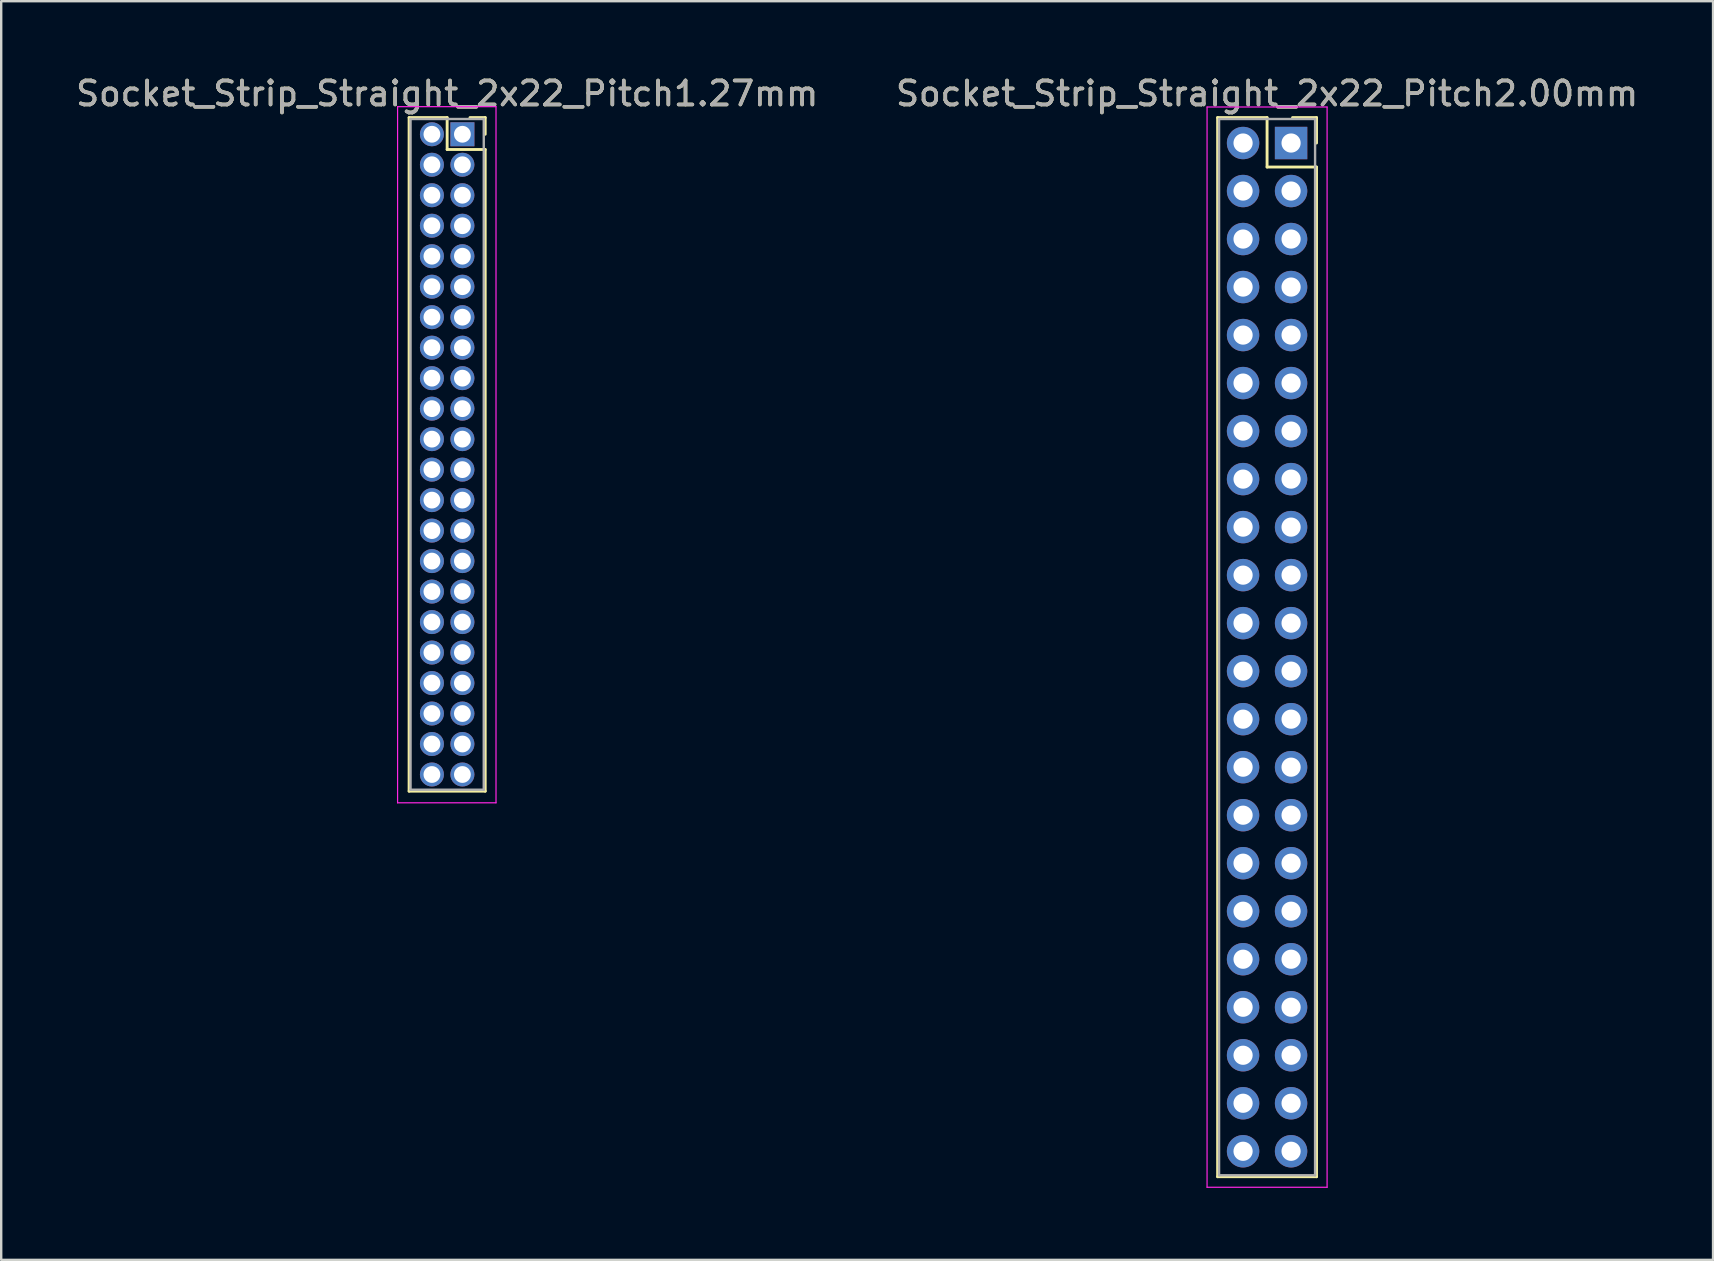
<source format=kicad_pcb>
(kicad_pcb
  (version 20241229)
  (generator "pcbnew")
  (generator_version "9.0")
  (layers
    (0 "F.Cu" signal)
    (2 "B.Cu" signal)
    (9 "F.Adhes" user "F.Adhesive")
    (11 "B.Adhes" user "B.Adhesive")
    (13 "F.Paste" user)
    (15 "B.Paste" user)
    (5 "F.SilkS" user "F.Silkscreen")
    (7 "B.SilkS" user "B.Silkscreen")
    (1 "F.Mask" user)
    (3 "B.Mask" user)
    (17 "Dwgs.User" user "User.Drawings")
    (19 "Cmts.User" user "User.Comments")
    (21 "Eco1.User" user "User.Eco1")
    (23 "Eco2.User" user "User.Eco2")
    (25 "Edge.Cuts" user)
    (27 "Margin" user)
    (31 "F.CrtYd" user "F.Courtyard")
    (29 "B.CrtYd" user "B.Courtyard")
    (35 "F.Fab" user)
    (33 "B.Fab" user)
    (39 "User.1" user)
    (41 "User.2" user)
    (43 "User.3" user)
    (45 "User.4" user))
  (footprint "Socket_Strip_Straight_2x22_Pitch2.00mm"
    (layer "F.Cu")
    (at 50.732 2.908)
    (property "Reference" "Socket_Strip_Straight_2x22_Pitch2.00mm" (at -1 -2.06 0) (layer "F.SilkS") (effects (font (size 1 1) (thickness 0.15))))
    (attr through_hole)
    (fp_line (start -3.06 -1.06) (end -1 -1.06) (stroke (width 0.12) (type solid)) (layer "F.SilkS"))
    (fp_line (start -3.06 43.06) (end -3.06 -1.06) (stroke (width 0.12) (type solid)) (layer "F.SilkS"))
    (fp_line (start -1 -1.06) (end -1 1) (stroke (width 0.12) (type solid)) (layer "F.SilkS"))
    (fp_line (start -1 1) (end 1.06 1) (stroke (width 0.12) (type solid)) (layer "F.SilkS"))
    (fp_line (start 1.06 -1.06) (end 0.06 -1.06) (stroke (width 0.12) (type solid)) (layer "F.SilkS"))
    (fp_line (start 1.06 0) (end 1.06 -1.06) (stroke (width 0.12) (type solid)) (layer "F.SilkS"))
    (fp_line (start 1.06 1) (end 1.06 43.06) (stroke (width 0.12) (type solid)) (layer "F.SilkS"))
    (fp_line (start 1.06 43.06) (end -3.06 43.06) (stroke (width 0.12) (type solid)) (layer "F.SilkS"))
    (fp_line (start -3.5 -1.5) (end -3.5 43.5) (stroke (width 0.05) (type solid)) (layer "F.CrtYd"))
    (fp_line (start -3.5 43.5) (end 1.5 43.5) (stroke (width 0.05) (type solid)) (layer "F.CrtYd"))
    (fp_line (start 1.5 -1.5) (end -3.5 -1.5) (stroke (width 0.05) (type solid)) (layer "F.CrtYd"))
    (fp_line (start 1.5 43.5) (end 1.5 -1.5) (stroke (width 0.05) (type solid)) (layer "F.CrtYd"))
    (fp_line (start -3 -1) (end -3 43) (stroke (width 0.1) (type solid)) (layer "F.Fab"))
    (fp_line (start -3 43) (end 1 43) (stroke (width 0.1) (type solid)) (layer "F.Fab"))
    (fp_line (start 1 -1) (end -3 -1) (stroke (width 0.1) (type solid)) (layer "F.Fab"))
    (fp_line (start 1 43) (end 1 -1) (stroke (width 0.1) (type solid)) (layer "F.Fab"))
    (fp_text user "${REFERENCE}" (at -1 -2.06 0) (layer "F.Fab") (effects (font (size 1 1) (thickness 0.15))))
    (pad "1" thru_hole rect (at 0 0) (size 1.35 1.35) (drill 0.8) (layers "*.Cu" "*.Mask"))
    (pad "2" thru_hole oval (at -2 0) (size 1.35 1.35) (drill 0.8) (layers "*.Cu" "*.Mask"))
    (pad "3" thru_hole oval (at 0 2) (size 1.35 1.35) (drill 0.8) (layers "*.Cu" "*.Mask"))
    (pad "4" thru_hole oval (at -2 2) (size 1.35 1.35) (drill 0.8) (layers "*.Cu" "*.Mask"))
    (pad "5" thru_hole oval (at 0 4) (size 1.35 1.35) (drill 0.8) (layers "*.Cu" "*.Mask"))
    (pad "6" thru_hole oval (at -2 4) (size 1.35 1.35) (drill 0.8) (layers "*.Cu" "*.Mask"))
    (pad "7" thru_hole oval (at 0 6) (size 1.35 1.35) (drill 0.8) (layers "*.Cu" "*.Mask"))
    (pad "8" thru_hole oval (at -2 6) (size 1.35 1.35) (drill 0.8) (layers "*.Cu" "*.Mask"))
    (pad "9" thru_hole oval (at 0 8) (size 1.35 1.35) (drill 0.8) (layers "*.Cu" "*.Mask"))
    (pad "10" thru_hole oval (at -2 8) (size 1.35 1.35) (drill 0.8) (layers "*.Cu" "*.Mask"))
    (pad "11" thru_hole oval (at 0 10) (size 1.35 1.35) (drill 0.8) (layers "*.Cu" "*.Mask"))
    (pad "12" thru_hole oval (at -2 10) (size 1.35 1.35) (drill 0.8) (layers "*.Cu" "*.Mask"))
    (pad "13" thru_hole oval (at 0 12) (size 1.35 1.35) (drill 0.8) (layers "*.Cu" "*.Mask"))
    (pad "14" thru_hole oval (at -2 12) (size 1.35 1.35) (drill 0.8) (layers "*.Cu" "*.Mask"))
    (pad "15" thru_hole oval (at 0 14) (size 1.35 1.35) (drill 0.8) (layers "*.Cu" "*.Mask"))
    (pad "16" thru_hole oval (at -2 14) (size 1.35 1.35) (drill 0.8) (layers "*.Cu" "*.Mask"))
    (pad "17" thru_hole oval (at 0 16) (size 1.35 1.35) (drill 0.8) (layers "*.Cu" "*.Mask"))
    (pad "18" thru_hole oval (at -2 16) (size 1.35 1.35) (drill 0.8) (layers "*.Cu" "*.Mask"))
    (pad "19" thru_hole oval (at 0 18) (size 1.35 1.35) (drill 0.8) (layers "*.Cu" "*.Mask"))
    (pad "20" thru_hole oval (at -2 18) (size 1.35 1.35) (drill 0.8) (layers "*.Cu" "*.Mask"))
    (pad "21" thru_hole oval (at 0 20) (size 1.35 1.35) (drill 0.8) (layers "*.Cu" "*.Mask"))
    (pad "22" thru_hole oval (at -2 20) (size 1.35 1.35) (drill 0.8) (layers "*.Cu" "*.Mask"))
    (pad "23" thru_hole oval (at 0 22) (size 1.35 1.35) (drill 0.8) (layers "*.Cu" "*.Mask"))
    (pad "24" thru_hole oval (at -2 22) (size 1.35 1.35) (drill 0.8) (layers "*.Cu" "*.Mask"))
    (pad "25" thru_hole oval (at 0 24) (size 1.35 1.35) (drill 0.8) (layers "*.Cu" "*.Mask"))
    (pad "26" thru_hole oval (at -2 24) (size 1.35 1.35) (drill 0.8) (layers "*.Cu" "*.Mask"))
    (pad "27" thru_hole oval (at 0 26) (size 1.35 1.35) (drill 0.8) (layers "*.Cu" "*.Mask"))
    (pad "28" thru_hole oval (at -2 26) (size 1.35 1.35) (drill 0.8) (layers "*.Cu" "*.Mask"))
    (pad "29" thru_hole oval (at 0 28) (size 1.35 1.35) (drill 0.8) (layers "*.Cu" "*.Mask"))
    (pad "30" thru_hole oval (at -2 28) (size 1.35 1.35) (drill 0.8) (layers "*.Cu" "*.Mask"))
    (pad "31" thru_hole oval (at 0 30) (size 1.35 1.35) (drill 0.8) (layers "*.Cu" "*.Mask"))
    (pad "32" thru_hole oval (at -2 30) (size 1.35 1.35) (drill 0.8) (layers "*.Cu" "*.Mask"))
    (pad "33" thru_hole oval (at 0 32) (size 1.35 1.35) (drill 0.8) (layers "*.Cu" "*.Mask"))
    (pad "34" thru_hole oval (at -2 32) (size 1.35 1.35) (drill 0.8) (layers "*.Cu" "*.Mask"))
    (pad "35" thru_hole oval (at 0 34) (size 1.35 1.35) (drill 0.8) (layers "*.Cu" "*.Mask"))
    (pad "36" thru_hole oval (at -2 34) (size 1.35 1.35) (drill 0.8) (layers "*.Cu" "*.Mask"))
    (pad "37" thru_hole oval (at 0 36) (size 1.35 1.35) (drill 0.8) (layers "*.Cu" "*.Mask"))
    (pad "38" thru_hole oval (at -2 36) (size 1.35 1.35) (drill 0.8) (layers "*.Cu" "*.Mask"))
    (pad "39" thru_hole oval (at 0 38) (size 1.35 1.35) (drill 0.8) (layers "*.Cu" "*.Mask"))
    (pad "40" thru_hole oval (at -2 38) (size 1.35 1.35) (drill 0.8) (layers "*.Cu" "*.Mask"))
    (pad "41" thru_hole oval (at 0 40) (size 1.35 1.35) (drill 0.8) (layers "*.Cu" "*.Mask"))
    (pad "42" thru_hole oval (at -2 40) (size 1.35 1.35) (drill 0.8) (layers "*.Cu" "*.Mask"))
    (pad "43" thru_hole oval (at 0 42) (size 1.35 1.35) (drill 0.8) (layers "*.Cu" "*.Mask"))
    (pad "44" thru_hole oval (at -2 42) (size 1.35 1.35) (drill 0.8) (layers "*.Cu" "*.Mask")))
  (footprint "Socket_Strip_Straight_2x22_Pitch1.27mm"
    (layer "F.Cu")
    (at 16.212 2.543)
    (property "Reference" "Socket_Strip_Straight_2x22_Pitch1.27mm" (at -0.635 -1.695 0) (layer "F.SilkS") (effects (font (size 1 1) (thickness 0.15))))
    (attr through_hole)
    (fp_line (start -2.22 -0.695) (end -0.635 -0.695) (stroke (width 0.12) (type solid)) (layer "F.SilkS"))
    (fp_line (start -2.22 27.365) (end -2.22 -0.695) (stroke (width 0.12) (type solid)) (layer "F.SilkS"))
    (fp_line (start -0.635 -0.695) (end -0.635 0.635) (stroke (width 0.12) (type solid)) (layer "F.SilkS"))
    (fp_line (start -0.635 0.635) (end 0.95 0.635) (stroke (width 0.12) (type solid)) (layer "F.SilkS"))
    (fp_line (start 0.95 -0.695) (end 0.315 -0.695) (stroke (width 0.12) (type solid)) (layer "F.SilkS"))
    (fp_line (start 0.95 0) (end 0.95 -0.695) (stroke (width 0.12) (type solid)) (layer "F.SilkS"))
    (fp_line (start 0.95 0.635) (end 0.95 27.365) (stroke (width 0.12) (type solid)) (layer "F.SilkS"))
    (fp_line (start 0.95 27.365) (end -2.22 27.365) (stroke (width 0.12) (type solid)) (layer "F.SilkS"))
    (fp_line (start -2.7 -1.15) (end -2.7 27.85) (stroke (width 0.05) (type solid)) (layer "F.CrtYd"))
    (fp_line (start -2.7 27.85) (end 1.4 27.85) (stroke (width 0.05) (type solid)) (layer "F.CrtYd"))
    (fp_line (start 1.4 -1.15) (end -2.7 -1.15) (stroke (width 0.05) (type solid)) (layer "F.CrtYd"))
    (fp_line (start 1.4 27.85) (end 1.4 -1.15) (stroke (width 0.05) (type solid)) (layer "F.CrtYd"))
    (fp_line (start -2.16 -0.635) (end -2.16 27.305) (stroke (width 0.1) (type solid)) (layer "F.Fab"))
    (fp_line (start -2.16 27.305) (end 0.89 27.305) (stroke (width 0.1) (type solid)) (layer "F.Fab"))
    (fp_line (start 0.89 -0.635) (end -2.16 -0.635) (stroke (width 0.1) (type solid)) (layer "F.Fab"))
    (fp_line (start 0.89 27.305) (end 0.89 -0.635) (stroke (width 0.1) (type solid)) (layer "F.Fab"))
    (fp_text user "${REFERENCE}" (at -0.635 -1.695 0) (layer "F.Fab") (effects (font (size 1 1) (thickness 0.15))))
    (pad "1" thru_hole rect (at 0 0) (size 1 1) (drill 0.7) (layers "*.Cu" "*.Mask"))
    (pad "2" thru_hole oval (at -1.27 0) (size 1 1) (drill 0.7) (layers "*.Cu" "*.Mask"))
    (pad "3" thru_hole oval (at 0 1.27) (size 1 1) (drill 0.7) (layers "*.Cu" "*.Mask"))
    (pad "4" thru_hole oval (at -1.27 1.27) (size 1 1) (drill 0.7) (layers "*.Cu" "*.Mask"))
    (pad "5" thru_hole oval (at 0 2.54) (size 1 1) (drill 0.7) (layers "*.Cu" "*.Mask"))
    (pad "6" thru_hole oval (at -1.27 2.54) (size 1 1) (drill 0.7) (layers "*.Cu" "*.Mask"))
    (pad "7" thru_hole oval (at 0 3.81) (size 1 1) (drill 0.7) (layers "*.Cu" "*.Mask"))
    (pad "8" thru_hole oval (at -1.27 3.81) (size 1 1) (drill 0.7) (layers "*.Cu" "*.Mask"))
    (pad "9" thru_hole oval (at 0 5.08) (size 1 1) (drill 0.7) (layers "*.Cu" "*.Mask"))
    (pad "10" thru_hole oval (at -1.27 5.08) (size 1 1) (drill 0.7) (layers "*.Cu" "*.Mask"))
    (pad "11" thru_hole oval (at 0 6.35) (size 1 1) (drill 0.7) (layers "*.Cu" "*.Mask"))
    (pad "12" thru_hole oval (at -1.27 6.35) (size 1 1) (drill 0.7) (layers "*.Cu" "*.Mask"))
    (pad "13" thru_hole oval (at 0 7.62) (size 1 1) (drill 0.7) (layers "*.Cu" "*.Mask"))
    (pad "14" thru_hole oval (at -1.27 7.62) (size 1 1) (drill 0.7) (layers "*.Cu" "*.Mask"))
    (pad "15" thru_hole oval (at 0 8.89) (size 1 1) (drill 0.7) (layers "*.Cu" "*.Mask"))
    (pad "16" thru_hole oval (at -1.27 8.89) (size 1 1) (drill 0.7) (layers "*.Cu" "*.Mask"))
    (pad "17" thru_hole oval (at 0 10.16) (size 1 1) (drill 0.7) (layers "*.Cu" "*.Mask"))
    (pad "18" thru_hole oval (at -1.27 10.16) (size 1 1) (drill 0.7) (layers "*.Cu" "*.Mask"))
    (pad "19" thru_hole oval (at 0 11.43) (size 1 1) (drill 0.7) (layers "*.Cu" "*.Mask"))
    (pad "20" thru_hole oval (at -1.27 11.43) (size 1 1) (drill 0.7) (layers "*.Cu" "*.Mask"))
    (pad "21" thru_hole oval (at 0 12.7) (size 1 1) (drill 0.7) (layers "*.Cu" "*.Mask"))
    (pad "22" thru_hole oval (at -1.27 12.7) (size 1 1) (drill 0.7) (layers "*.Cu" "*.Mask"))
    (pad "23" thru_hole oval (at 0 13.97) (size 1 1) (drill 0.7) (layers "*.Cu" "*.Mask"))
    (pad "24" thru_hole oval (at -1.27 13.97) (size 1 1) (drill 0.7) (layers "*.Cu" "*.Mask"))
    (pad "25" thru_hole oval (at 0 15.24) (size 1 1) (drill 0.7) (layers "*.Cu" "*.Mask"))
    (pad "26" thru_hole oval (at -1.27 15.24) (size 1 1) (drill 0.7) (layers "*.Cu" "*.Mask"))
    (pad "27" thru_hole oval (at 0 16.51) (size 1 1) (drill 0.7) (layers "*.Cu" "*.Mask"))
    (pad "28" thru_hole oval (at -1.27 16.51) (size 1 1) (drill 0.7) (layers "*.Cu" "*.Mask"))
    (pad "29" thru_hole oval (at 0 17.78) (size 1 1) (drill 0.7) (layers "*.Cu" "*.Mask"))
    (pad "30" thru_hole oval (at -1.27 17.78) (size 1 1) (drill 0.7) (layers "*.Cu" "*.Mask"))
    (pad "31" thru_hole oval (at 0 19.05) (size 1 1) (drill 0.7) (layers "*.Cu" "*.Mask"))
    (pad "32" thru_hole oval (at -1.27 19.05) (size 1 1) (drill 0.7) (layers "*.Cu" "*.Mask"))
    (pad "33" thru_hole oval (at 0 20.32) (size 1 1) (drill 0.7) (layers "*.Cu" "*.Mask"))
    (pad "34" thru_hole oval (at -1.27 20.32) (size 1 1) (drill 0.7) (layers "*.Cu" "*.Mask"))
    (pad "35" thru_hole oval (at 0 21.59) (size 1 1) (drill 0.7) (layers "*.Cu" "*.Mask"))
    (pad "36" thru_hole oval (at -1.27 21.59) (size 1 1) (drill 0.7) (layers "*.Cu" "*.Mask"))
    (pad "37" thru_hole oval (at 0 22.86) (size 1 1) (drill 0.7) (layers "*.Cu" "*.Mask"))
    (pad "38" thru_hole oval (at -1.27 22.86) (size 1 1) (drill 0.7) (layers "*.Cu" "*.Mask"))
    (pad "39" thru_hole oval (at 0 24.13) (size 1 1) (drill 0.7) (layers "*.Cu" "*.Mask"))
    (pad "40" thru_hole oval (at -1.27 24.13) (size 1 1) (drill 0.7) (layers "*.Cu" "*.Mask"))
    (pad "41" thru_hole oval (at 0 25.4) (size 1 1) (drill 0.7) (layers "*.Cu" "*.Mask"))
    (pad "42" thru_hole oval (at -1.27 25.4) (size 1 1) (drill 0.7) (layers "*.Cu" "*.Mask"))
    (pad "43" thru_hole oval (at 0 26.67) (size 1 1) (drill 0.7) (layers "*.Cu" "*.Mask"))
    (pad "44" thru_hole oval (at -1.27 26.67) (size 1 1) (drill 0.7) (layers "*.Cu" "*.Mask")))
  (gr_rect
    (start -3 -3)
    (end 68.31 49.433)
    (stroke (width 0.1) (type default))
    (fill no)
    (layer "Edge.Cuts")))
</source>
